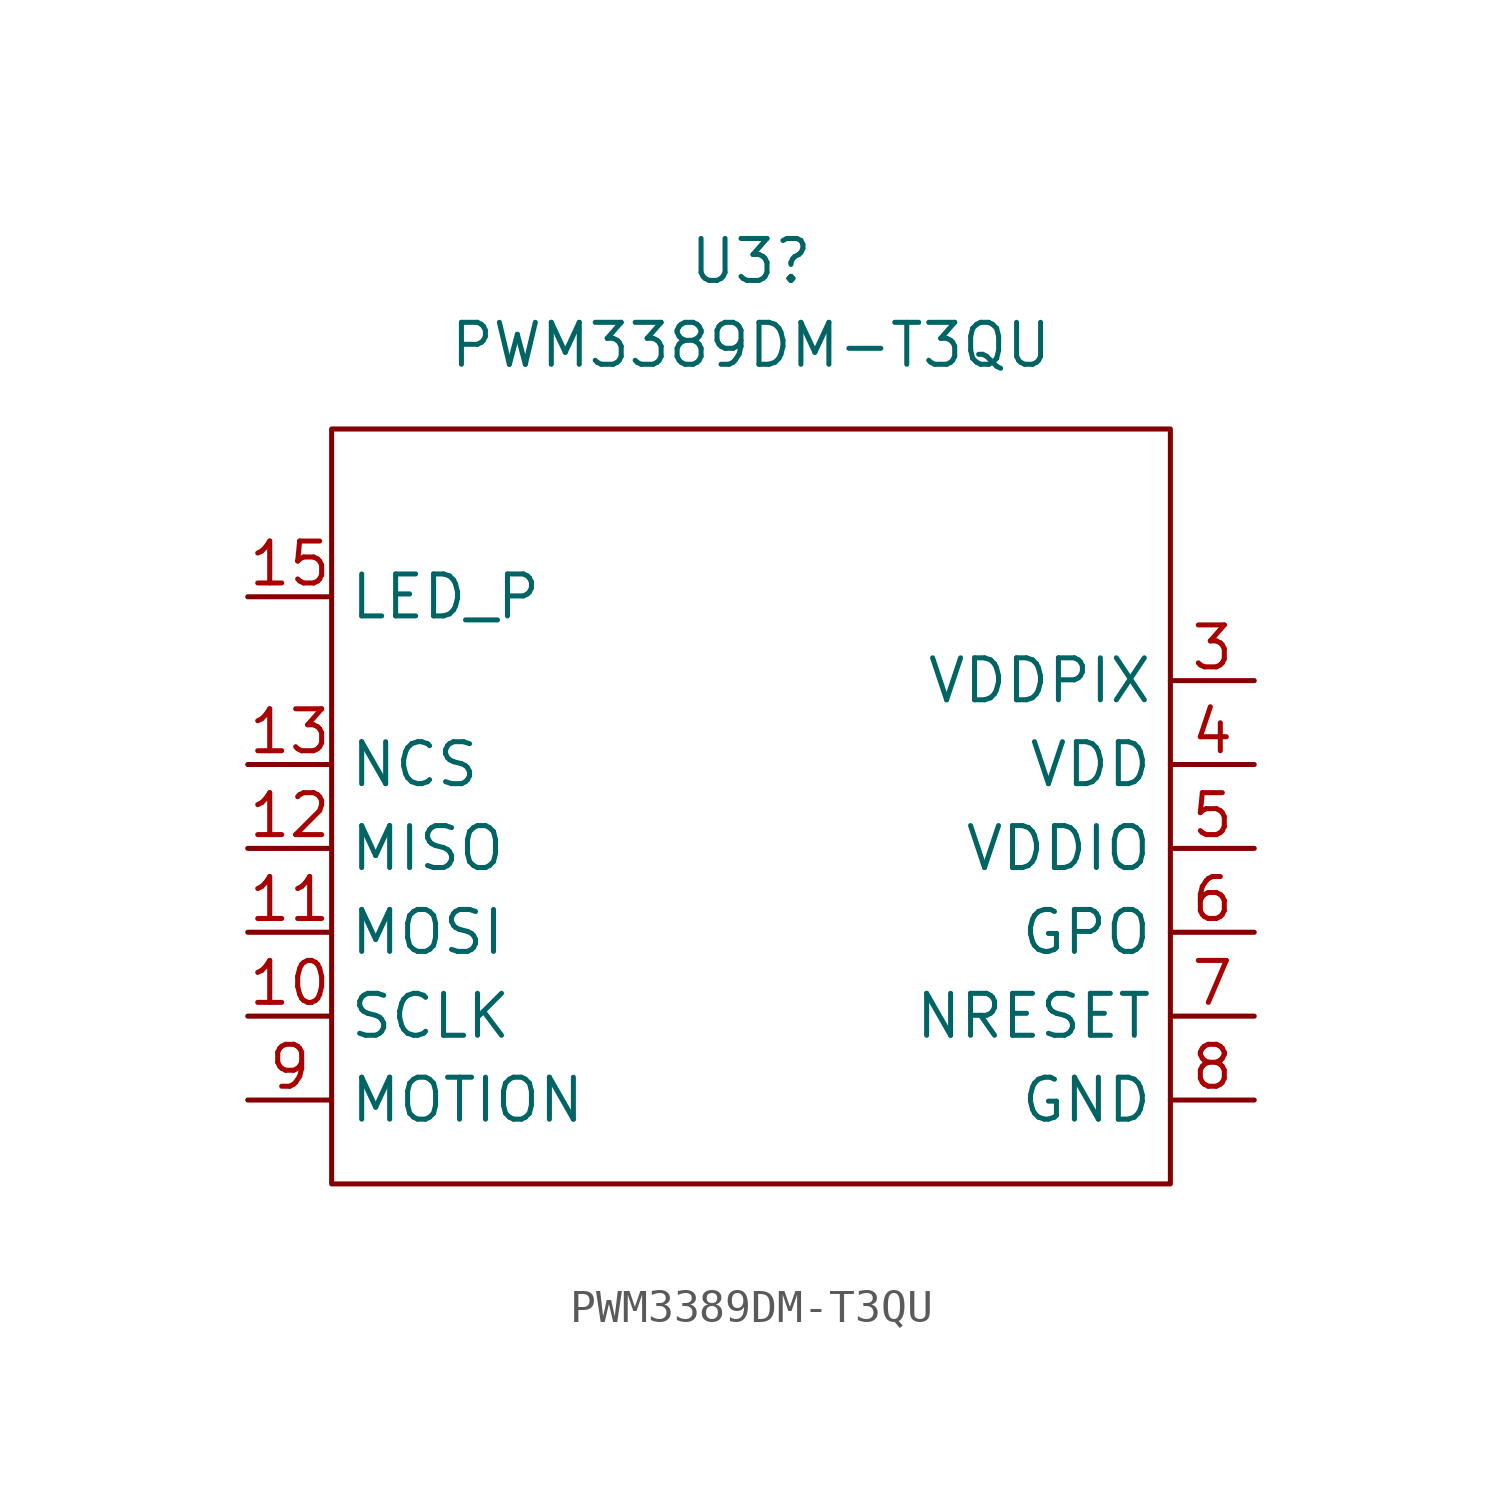
<source format=kicad_sym>
(kicad_symbol_lib
  (version 20211014)
  (generator kicad_symbol_editor)
  (symbol "PWM3389DM-T3QU"
    (property "Reference" "U3"
      (at 12.7 3.81 0)
      (effects (font (size 1.27 1.27))))
    (property "Value" "PWM3389DM-T3QU"
      (at 12.7 1.27 0)
      (effects (font (size 1.27 1.27))))
    (symbol "PWM3389DM-T3QU_0_1"
      (rectangle (start 0 -1.27) (end 25.4 -24.13) (stroke (width 0) (type default) (color 0 0 0 0)) (fill (type none))))
    (symbol "PWM3389DM-T3QU_1_1"
      (pin no_connect line (at 27.94 -3.81 180) (length 2.54) hide (name "NC_0" (effects (font (size 1.27 1.27)))) (number "1" (effects (font (size 1.27 1.27)))))
      (pin input line (at -2.54 -19.05 0) (length 2.54) (name "SCLK" (effects (font (size 1.27 1.27)))) (number "10" (effects (font (size 1.27 1.27)))))
      (pin input line (at -2.54 -16.51 0) (length 2.54) (name "MOSI" (effects (font (size 1.27 1.27)))) (number "11" (effects (font (size 1.27 1.27)))))
      (pin output line (at -2.54 -13.97 0) (length 2.54) (name "MISO" (effects (font (size 1.27 1.27)))) (number "12" (effects (font (size 1.27 1.27)))))
      (pin input line (at -2.54 -11.43 0) (length 2.54) (name "NCS" (effects (font (size 1.27 1.27)))) (number "13" (effects (font (size 1.27 1.27)))))
      (pin no_connect line (at -2.54 -8.89 0) (length 2.54) hide (name "NC" (effects (font (size 1.27 1.27)))) (number "14" (effects (font (size 1.27 1.27)))))
      (pin input line (at -2.54 -6.35 0) (length 2.54) (name "LED_P" (effects (font (size 1.27 1.27)))) (number "15" (effects (font (size 1.27 1.27)))))
      (pin no_connect line (at -2.54 -3.81 0) (length 2.54) hide (name "NC" (effects (font (size 1.27 1.27)))) (number "16" (effects (font (size 1.27 1.27)))))
      (pin no_connect line (at 27.94 -6.35 180) (length 2.54) hide (name "NC_1" (effects (font (size 1.27 1.27)))) (number "2" (effects (font (size 1.27 1.27)))))
      (pin power_out line (at 27.94 -8.89 180) (length 2.54) (name "VDDPIX" (effects (font (size 1.27 1.27)))) (number "3" (effects (font (size 1.27 1.27)))))
      (pin power_in line (at 27.94 -11.43 180) (length 2.54) (name "VDD" (effects (font (size 1.27 1.27)))) (number "4" (effects (font (size 1.27 1.27)))))
      (pin power_in line (at 27.94 -13.97 180) (length 2.54) (name "VDDIO" (effects (font (size 1.27 1.27)))) (number "5" (effects (font (size 1.27 1.27)))))
      (pin output line (at 27.94 -16.51 180) (length 2.54) (name "GPO" (effects (font (size 1.27 1.27)))) (number "6" (effects (font (size 1.27 1.27)))))
      (pin input line (at 27.94 -19.05 180) (length 2.54) (name "NRESET" (effects (font (size 1.27 1.27)))) (number "7" (effects (font (size 1.27 1.27)))))
      (pin power_in line (at 27.94 -21.59 180) (length 2.54) (name "GND" (effects (font (size 1.27 1.27)))) (number "8" (effects (font (size 1.27 1.27)))))
      (pin output line (at -2.54 -21.59 0) (length 2.54) (name "MOTION" (effects (font (size 1.27 1.27)))) (number "9" (effects (font (size 1.27 1.27))))))))
</source>
